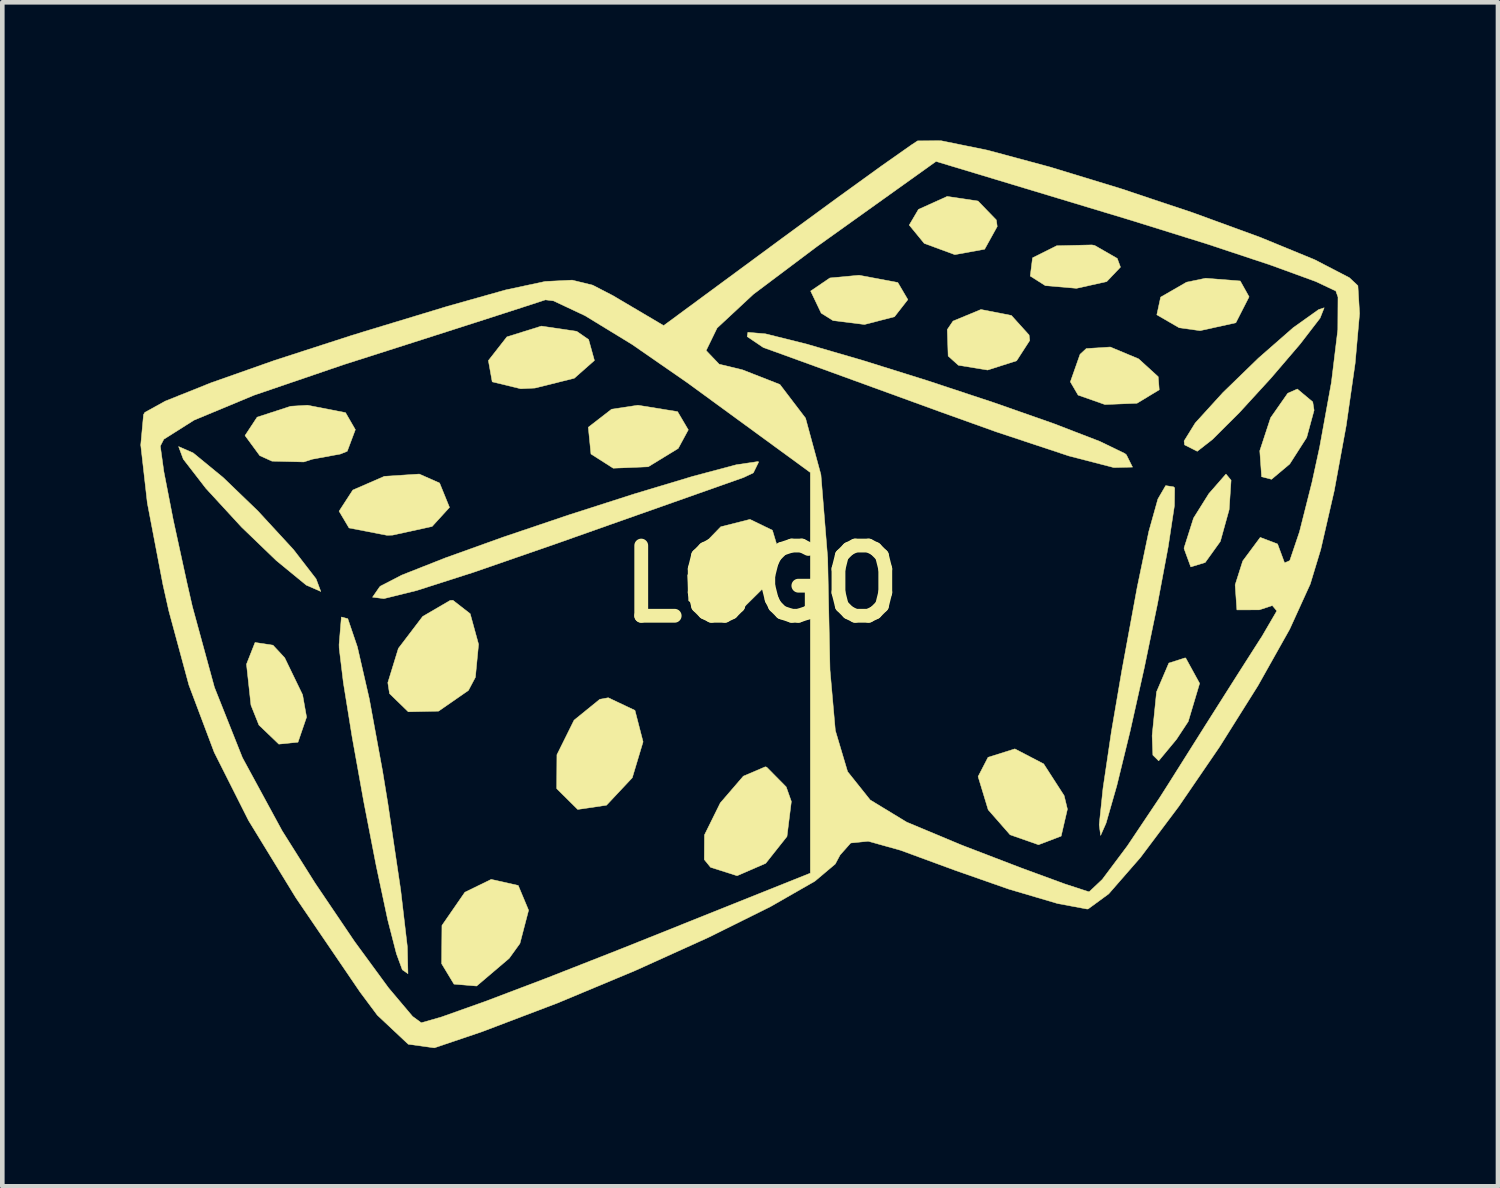
<source format=kicad_pcb>
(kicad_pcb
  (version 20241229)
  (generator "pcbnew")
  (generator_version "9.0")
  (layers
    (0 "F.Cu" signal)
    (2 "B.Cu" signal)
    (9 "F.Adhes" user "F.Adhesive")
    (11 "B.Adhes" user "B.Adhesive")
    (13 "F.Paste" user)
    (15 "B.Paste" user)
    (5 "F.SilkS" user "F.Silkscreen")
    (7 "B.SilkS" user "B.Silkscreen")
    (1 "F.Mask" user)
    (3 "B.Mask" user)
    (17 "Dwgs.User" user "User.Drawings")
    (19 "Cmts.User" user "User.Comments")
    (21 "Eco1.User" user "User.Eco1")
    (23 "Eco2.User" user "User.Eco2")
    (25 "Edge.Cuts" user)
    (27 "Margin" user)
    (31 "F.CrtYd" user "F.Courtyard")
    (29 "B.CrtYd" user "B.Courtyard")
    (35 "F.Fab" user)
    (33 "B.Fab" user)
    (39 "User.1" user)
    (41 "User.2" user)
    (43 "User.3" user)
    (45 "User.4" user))
  (footprint "LOGO"
    (layer "F.Cu")
    (at 13.483 9.628)
    (property "Reference" "LOGO" (at 0 0 0) (layer "F.SilkS") (effects (font (size 1.524 1.524) (thickness 0.3))))
    (attr through_hole)
    (fp_poly (pts (xy -1.824 -3.742) (xy -1.591 -3.347) (xy -1.81 -2.943) (xy -2.461 -2.545) (xy -3.221 -2.514) (xy -3.704 -2.822) (xy -3.762 -3.403) (xy -3.256 -3.795) (xy -2.684 -3.881) (xy -1.824 -3.742)) (stroke (width 0.01) (type solid)) (fill yes) (layer "F.SilkS"))
    (fp_poly (pts (xy 2.957 -6.545) (xy 3.175 -6.174) (xy 2.885 -5.802) (xy 2.234 -5.634) (xy 1.551 -5.719) (xy 1.294 -5.88) (xy 1.065 -6.36) (xy 1.483 -6.644) (xy 2.117 -6.703) (xy 2.957 -6.545)) (stroke (width 0.01) (type solid)) (fill yes) (layer "F.SilkS"))
    (fp_poly (pts (xy 4.698 -8.314) (xy 5.096 -7.903) (xy 5.115 -7.761) (xy 4.842 -7.268) (xy 4.195 -7.15) (xy 3.531 -7.394) (xy 3.205 -7.792) (xy 3.405 -8.132) (xy 4.029 -8.414) (xy 4.698 -8.314)) (stroke (width 0.01) (type solid)) (fill yes) (layer "F.SilkS"))
    (fp_poly (pts (xy 10.391 -6.578) (xy 10.583 -6.235) (xy 10.295 -5.671) (xy 9.519 -5.5) (xy 9.065 -5.563) (xy 8.58 -5.844) (xy 8.663 -6.228) (xy 9.225 -6.552) (xy 9.64 -6.638) (xy 10.391 -6.578)) (stroke (width 0.01) (type solid)) (fill yes) (layer "F.SilkS"))
    (fp_poly (pts (xy -10.607 1.328) (xy -10.353 1.601) (xy -9.964 2.405) (xy -9.878 2.89) (xy -10.064 3.434) (xy -10.48 3.476) (xy -10.912 3.062) (xy -11.085 2.63) (xy -11.182 1.741) (xy -10.996 1.269) (xy -10.607 1.328)) (stroke (width 0.01) (type solid)) (fill yes) (layer "F.SilkS"))
    (fp_poly (pts (xy -6.99 -2.192) (xy -6.775 -1.663) (xy -7.153 -1.249) (xy -8.013 -1.061) (xy -8.135 -1.058) (xy -8.956 -1.217) (xy -9.172 -1.581) (xy -8.874 -2.04) (xy -8.189 -2.338) (xy -7.431 -2.387) (xy -6.99 -2.192)) (stroke (width 0.01) (type solid)) (fill yes) (layer "F.SilkS"))
    (fp_poly (pts (xy -5.283 6.544) (xy -5.058 7.082) (xy -5.246 7.803) (xy -5.48 8.127) (xy -6.186 8.727) (xy -6.678 8.686) (xy -6.946 8.242) (xy -6.939 7.412) (xy -6.441 6.691) (xy -5.87 6.412) (xy -5.283 6.544)) (stroke (width 0.01) (type solid)) (fill yes) (layer "F.SilkS"))
    (fp_poly (pts (xy -4.013 -5.485) (xy -3.755 -5.307) (xy -3.629 -4.853) (xy -4.066 -4.467) (xy -4.92 -4.254) (xy -5.229 -4.239) (xy -5.848 -4.389) (xy -5.931 -4.851) (xy -5.529 -5.365) (xy -4.78 -5.599) (xy -4.013 -5.485)) (stroke (width 0.01) (type solid)) (fill yes) (layer "F.SilkS"))
    (fp_poly (pts (xy 5.423 -5.83) (xy 5.807 -5.405) (xy 5.821 -5.287) (xy 5.536 -4.846) (xy 4.906 -4.645) (xy 4.272 -4.749) (xy 4.05 -4.949) (xy 4.031 -5.524) (xy 4.156 -5.708) (xy 4.762 -5.959) (xy 5.423 -5.83)) (stroke (width 0.01) (type solid)) (fill yes) (layer "F.SilkS"))
    (fp_poly (pts (xy 6.123 3.904) (xy 6.568 4.594) (xy 6.639 4.887) (xy 6.503 5.473) (xy 6.012 5.66) (xy 5.395 5.444) (xy 4.919 4.901) (xy 4.7 4.18) (xy 4.916 3.762) (xy 5.498 3.579) (xy 6.123 3.904)) (stroke (width 0.01) (type solid)) (fill yes) (layer "F.SilkS"))
    (fp_poly (pts (xy 7.23 -7.35) (xy 7.721 -7.068) (xy 7.791 -6.879) (xy 7.492 -6.565) (xy 6.837 -6.419) (xy 6.16 -6.477) (xy 5.832 -6.685) (xy 5.882 -7.081) (xy 6.406 -7.343) (xy 7.17 -7.361) (xy 7.23 -7.35)) (stroke (width 0.01) (type solid)) (fill yes) (layer "F.SilkS"))
    (fp_poly (pts (xy 8.184 -4.888) (xy 8.61 -4.5) (xy 8.632 -4.216) (xy 8.15 -3.924) (xy 7.454 -3.896) (xy 6.871 -4.101) (xy 6.703 -4.389) (xy 6.913 -4.986) (xy 7.048 -5.111) (xy 7.569 -5.145) (xy 8.184 -4.888)) (stroke (width 0.01) (type solid)) (fill yes) (layer "F.SilkS"))
    (fp_poly (pts (xy 9.209 1.61) (xy 9.509 2.157) (xy 9.262 2.985) (xy 9.007 3.372) (xy 8.62 3.839) (xy 8.494 3.714) (xy 8.478 3.292) (xy 8.574 2.341) (xy 8.841 1.716) (xy 9.196 1.603) (xy 9.209 1.61)) (stroke (width 0.01) (type solid)) (fill yes) (layer "F.SilkS"))
    (fp_poly (pts (xy 10.192 -2.253) (xy 10.15 -1.615) (xy 9.959 -0.925) (xy 9.63 -0.467) (xy 9.317 -0.371) (xy 9.172 -0.766) (xy 9.172 -0.785) (xy 9.377 -1.431) (xy 9.709 -1.961) (xy 10.081 -2.387) (xy 10.192 -2.253)) (stroke (width 0.01) (type solid)) (fill yes) (layer "F.SilkS"))
    (fp_poly (pts (xy 11.965 -3.953) (xy 11.994 -3.772) (xy 11.833 -3.18) (xy 11.465 -2.605) (xy 11.07 -2.273) (xy 10.855 -2.328) (xy 10.815 -2.892) (xy 11.05 -3.609) (xy 11.422 -4.141) (xy 11.63 -4.233) (xy 11.965 -3.953)) (stroke (width 0.01) (type solid)) (fill yes) (layer "F.SilkS"))
    (fp_poly (pts (xy -2.749 2.743) (xy -2.573 3.426) (xy -2.807 4.206) (xy -3.367 4.802) (xy -3.992 4.894) (xy -4.444 4.446) (xy -4.448 4.437) (xy -4.443 3.706) (xy -4.071 2.956) (xy -3.512 2.502) (xy -3.328 2.469) (xy -2.749 2.743)) (stroke (width 0.01) (type solid)) (fill yes) (layer "F.SilkS"))
    (fp_poly (pts (xy 0.235 -1.167) (xy 0.353 -0.776) (xy 0.125 0.001) (xy -0.415 0.535) (xy -1.053 0.7) (xy -1.576 0.37) (xy -1.583 0.36) (xy -1.603 -0.191) (xy -1.415 -0.698) (xy -0.886 -1.243) (xy -0.252 -1.403) (xy 0.235 -1.167)) (stroke (width 0.01) (type solid)) (fill yes) (layer "F.SilkS"))
    (fp_poly (pts (xy -12.34 -2.846) (xy -11.689 -2.312) (xy -10.936 -1.587) (xy -10.162 -0.747) (xy -9.671 -0.111) (xy -9.569 0.162) (xy -9.885 0.024) (xy -10.536 -0.51) (xy -11.289 -1.235) (xy -12.063 -2.076) (xy -12.554 -2.711) (xy -12.656 -2.984) (xy -12.34 -2.846)) (stroke (width 0.01) (type solid)) (fill yes) (layer "F.SilkS"))
    (fp_poly (pts (xy -9.032 -3.72) (xy -8.819 -3.351) (xy -8.995 -2.882) (xy -9.143 -2.822) (xy -9.752 -2.71) (xy -9.937 -2.65) (xy -10.629 -2.667) (xy -10.893 -2.786) (xy -11.214 -3.223) (xy -10.951 -3.622) (xy -10.223 -3.859) (xy -9.857 -3.881) (xy -9.032 -3.72)) (stroke (width 0.01) (type solid)) (fill yes) (layer "F.SilkS"))
    (fp_poly (pts (xy -6.326 0.645) (xy -6.144 1.309) (xy -6.213 2.025) (xy -6.364 2.31) (xy -7.013 2.76) (xy -7.67 2.774) (xy -8.077 2.379) (xy -8.114 2.142) (xy -7.885 1.398) (xy -7.357 0.704) (xy -6.762 0.357) (xy -6.701 0.353) (xy -6.326 0.645)) (stroke (width 0.01) (type solid)) (fill yes) (layer "F.SilkS"))
    (fp_poly (pts (xy 0.111 3.976) (xy 0.534 4.404) (xy 0.646 4.72) (xy 0.551 5.481) (xy 0.089 6.064) (xy -0.532 6.333) (xy -1.108 6.15) (xy -1.244 5.982) (xy -1.24 5.447) (xy -0.897 4.753) (xy -0.396 4.171) (xy 0.08 3.968) (xy 0.111 3.976)) (stroke (width 0.01) (type solid)) (fill yes) (layer "F.SilkS"))
    (fp_poly (pts (xy 12.124 -5.772) (xy 11.689 -5.207) (xy 11.057 -4.469) (xy 10.374 -3.723) (xy 9.786 -3.137) (xy 9.458 -2.881) (xy 9.182 -3.02) (xy 9.172 -3.105) (xy 9.414 -3.496) (xy 10.015 -4.156) (xy 10.786 -4.904) (xy 11.54 -5.564) (xy 12.09 -5.956) (xy 12.213 -5.997) (xy 12.124 -5.772)) (stroke (width 0.01) (type solid)) (fill yes) (layer "F.SilkS"))
    (fp_poly (pts (xy -8.983 0.753) (xy -8.775 1.364) (xy -8.517 2.488) (xy -8.228 4.062) (xy -8.113 4.766) (xy -7.835 6.64) (xy -7.69 7.876) (xy -7.677 8.459) (xy -7.799 8.375) (xy -7.927 8.026) (xy -8.116 7.291) (xy -8.366 6.118) (xy -8.637 4.723) (xy -8.888 3.326) (xy -9.079 2.142) (xy -9.17 1.39) (xy -9.172 1.315) (xy -9.122 0.716) (xy -8.983 0.753)) (stroke (width 0.01) (type solid)) (fill yes) (layer "F.SilkS"))
    (fp_poly (pts (xy 8.942 -2.11) (xy 8.967 -2.087) (xy 8.962 -1.7) (xy 8.826 -0.804) (xy 8.595 0.428) (xy 8.308 1.818) (xy 8.001 3.192) (xy 7.712 4.375) (xy 7.478 5.191) (xy 7.36 5.458) (xy 7.329 5.227) (xy 7.412 4.433) (xy 7.594 3.204) (xy 7.82 1.882) (xy 8.154 0.069) (xy 8.406 -1.141) (xy 8.603 -1.845) (xy 8.772 -2.136) (xy 8.942 -2.11)) (stroke (width 0.01) (type solid)) (fill yes) (layer "F.SilkS"))
    (fp_poly (pts (xy 0.085 -5.431) (xy 0.972 -5.21) (xy 2.202 -4.852) (xy 3.614 -4.41) (xy 5.049 -3.935) (xy 6.346 -3.48) (xy 7.344 -3.095) (xy 7.885 -2.833) (xy 7.919 -2.805) (xy 8.052 -2.538) (xy 7.647 -2.528) (xy 6.672 -2.78) (xy 5.098 -3.302) (xy 3.881 -3.738) (xy 2.413 -4.272) (xy 1.165 -4.726) (xy 0.305 -5.038) (xy 0.038 -5.134) (xy -0.313 -5.371) (xy -0.298 -5.464) (xy 0.085 -5.431)) (stroke (width 0.01) (type solid)) (fill yes) (layer "F.SilkS"))
    (fp_poly (pts (xy -0.063 -2.65) (xy -0.179 -2.413) (xy -0.39 -2.313) (xy -0.914 -2.128) (xy -1.939 -1.766) (xy -3.302 -1.285) (xy -4.41 -0.893) (xy -6.245 -0.257) (xy -7.487 0.141) (xy -8.199 0.317) (xy -8.446 0.286) (xy -8.293 0.064) (xy -8.273 0.045) (xy -7.81 -0.194) (xy -6.868 -0.566) (xy -5.606 -1.019) (xy -4.183 -1.5) (xy -2.759 -1.957) (xy -1.495 -2.337) (xy -0.549 -2.589) (xy -0.082 -2.658) (xy -0.063 -2.65)) (stroke (width 0.01) (type solid)) (fill yes) (layer "F.SilkS"))
    (fp_poly (pts (xy 4.902 -9.418) (xy 6.254 -9.054) (xy 7.795 -8.584) (xy 9.371 -8.057) (xy 10.827 -7.525) (xy 12.009 -7.039) (xy 12.761 -6.649) (xy 12.945 -6.476) (xy 12.981 -5.872) (xy 12.885 -4.79) (xy 12.691 -3.438) (xy 12.431 -2.023) (xy 12.139 -0.752) (xy 11.911 0) (xy 11.464 0.982) (xy 10.775 2.208) (xy 9.941 3.536) (xy 9.058 4.826) (xy 8.225 5.936) (xy 7.536 6.726) (xy 7.09 7.053) (xy 7.067 7.056) (xy 6.425 6.936) (xy 5.365 6.623) (xy 4.2 6.215) (xy 3.013 5.779) (xy 2.315 5.584) (xy 1.935 5.622) (xy 1.704 5.883) (xy 1.599 6.079) (xy 1.156 6.452) (xy 0.19 7.005) (xy -1.156 7.673) (xy -2.742 8.391) (xy -4.427 9.095) (xy -6.072 9.72) (xy -7.104 10.069) (xy -7.67 9.991) (xy -8.342 9.36) (xy -8.715 8.86) (xy -10.109 6.813) (xy -11.137 5.135) (xy -11.883 3.653) (xy -12.432 2.194) (xy -12.868 0.583) (xy -12.996 0.012) (xy -13.335 -1.761) (xy -13.475 -2.995) (xy -13.053 -2.995) (xy -12.976 -2.44) (xy -12.772 -1.391) (xy -12.478 -0.041) (xy -12.357 0.489) (xy -11.878 2.243) (xy -11.271 3.769) (xy -10.408 5.358) (xy -9.689 6.5) (xy -8.835 7.763) (xy -8.099 8.767) (xy -7.576 9.387) (xy -7.388 9.525) (xy -6.951 9.4) (xy -5.998 9.061) (xy -4.667 8.556) (xy -3.096 7.939) (xy -3 7.901) (xy 1.058 6.277) (xy 1.058 -2.421) (xy -1.607 -4.367) (xy -2.619 -5.068) (xy -1.204 -5.068) (xy -0.921 -4.772) (xy -0.416 -4.65) (xy 0.397 -4.332) (xy 0.954 -3.601) (xy 1.288 -2.373) (xy 1.435 -0.56) (xy 1.446 -0.01) (xy 1.485 1.867) (xy 1.601 3.18) (xy 1.867 4.073) (xy 2.358 4.688) (xy 3.149 5.169) (xy 4.314 5.656) (xy 4.423 5.699) (xy 5.638 6.165) (xy 6.587 6.513) (xy 7.087 6.676) (xy 7.112 6.681) (xy 7.395 6.414) (xy 7.94 5.686) (xy 8.642 4.638) (xy 8.843 4.322) (xy 9.629 3.075) (xy 10.331 1.968) (xy 10.813 1.213) (xy 10.86 1.141) (xy 11.185 0.584) (xy 11.088 0.468) (xy 10.804 0.561) (xy 10.318 0.562) (xy 10.28 0.019) (xy 10.445 -0.5) (xy 10.825 -1.012) (xy 11.201 -0.869) (xy 11.353 -0.459) (xy 11.466 -0.508) (xy 11.677 -1.133) (xy 11.95 -2.215) (xy 12.114 -2.969) (xy 12.37 -4.377) (xy 12.509 -5.521) (xy 12.513 -6.229) (xy 12.466 -6.361) (xy 12.03 -6.567) (xy 11.059 -6.921) (xy 9.693 -7.375) (xy 8.073 -7.88) (xy 7.979 -7.909) (xy 3.787 -9.174) (xy 1.194 -7.321) (xy -0.177 -6.291) (xy -0.966 -5.557) (xy -1.204 -5.068) (xy -2.619 -5.068) (xy -2.811 -5.201) (xy -3.831 -5.824) (xy -4.517 -6.147) (xy -4.693 -6.169) (xy -5.181 -6.01) (xy -6.191 -5.684) (xy -7.572 -5.242) (xy -9.084 -4.759) (xy -11.015 -4.1) (xy -12.321 -3.557) (xy -12.977 -3.142) (xy -13.053 -2.995) (xy -13.475 -2.995) (xy -13.478 -3.015) (xy -13.417 -3.678) (xy -13.389 -3.725) (xy -12.942 -3.972) (xy -11.957 -4.366) (xy -10.57 -4.855) (xy -8.921 -5.389) (xy -8.63 -5.479) (xy -6.824 -6.027) (xy -5.557 -6.384) (xy -4.698 -6.568) (xy -4.112 -6.597) (xy -3.667 -6.488) (xy -3.228 -6.261) (xy -3.164 -6.223) (xy -2.126 -5.61) (xy 0.436 -7.498) (xy 1.621 -8.366) (xy 2.611 -9.081) (xy 3.254 -9.533) (xy 3.386 -9.62) (xy 3.895 -9.623) (xy 4.902 -9.418)) (stroke (width 0.01) (type solid)) (fill yes) (layer "F.SilkS")))
  (gr_rect
    (start -3 -3)
    (end 29.469 22.703)
    (stroke (width 0.1) (type default))
    (fill no)
    (layer "Edge.Cuts")))
</source>
